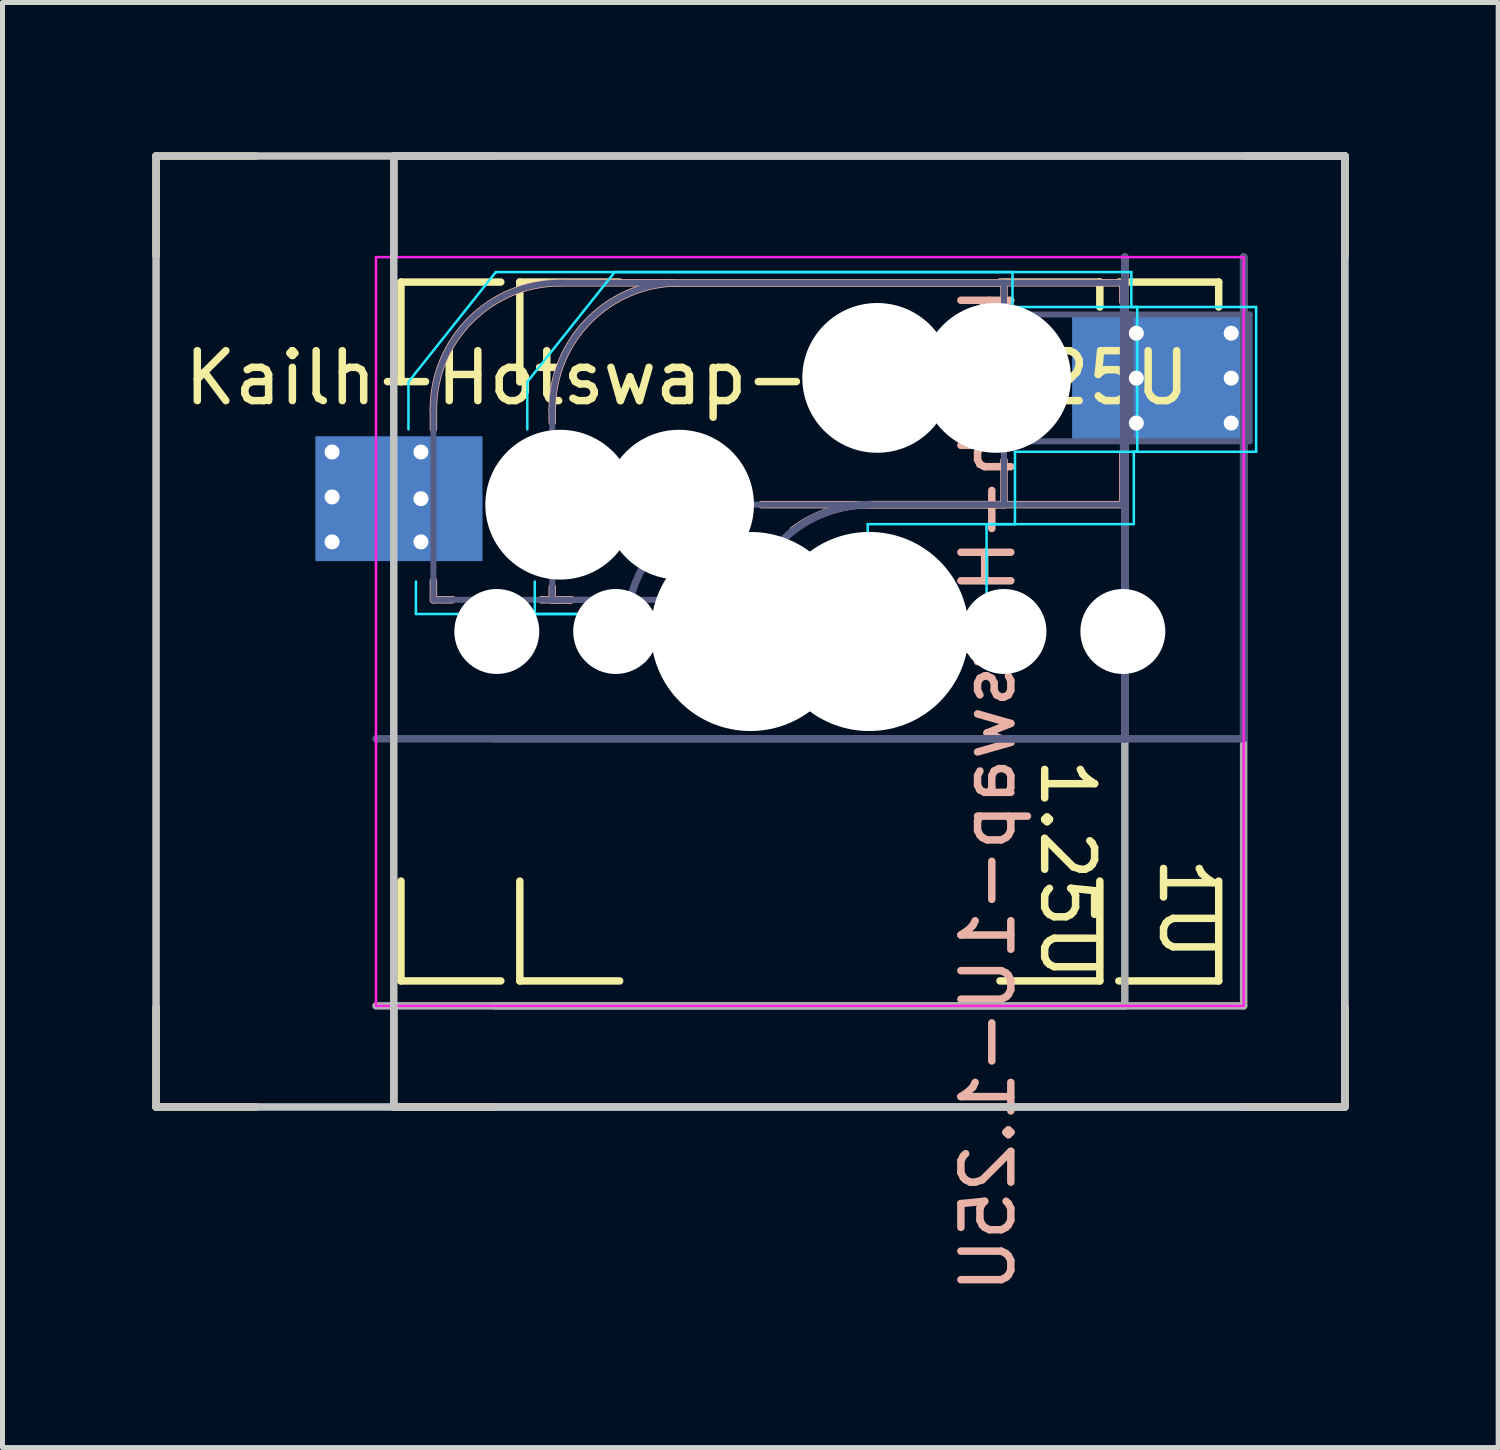
<source format=kicad_pcb>
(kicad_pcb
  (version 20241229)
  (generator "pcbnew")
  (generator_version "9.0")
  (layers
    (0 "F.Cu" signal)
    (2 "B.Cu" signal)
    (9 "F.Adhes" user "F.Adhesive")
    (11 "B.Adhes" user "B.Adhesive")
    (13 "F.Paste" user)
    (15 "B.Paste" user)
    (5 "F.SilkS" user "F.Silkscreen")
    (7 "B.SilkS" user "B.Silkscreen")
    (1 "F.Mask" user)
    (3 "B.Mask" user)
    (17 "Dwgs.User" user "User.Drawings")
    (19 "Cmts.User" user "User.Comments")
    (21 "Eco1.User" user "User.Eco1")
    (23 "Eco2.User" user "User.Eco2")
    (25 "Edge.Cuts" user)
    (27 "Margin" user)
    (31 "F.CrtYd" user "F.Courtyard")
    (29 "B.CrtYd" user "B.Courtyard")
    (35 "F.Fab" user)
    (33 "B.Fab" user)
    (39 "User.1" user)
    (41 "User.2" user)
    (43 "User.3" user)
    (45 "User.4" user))
  (footprint "Kailh-Hotswap-1U-1.25U"
    (layer "F.Cu")
    (at 14.363 9.6)
    (property "Reference" "Kailh-Hotswap-1U-1.25U" (at 2.381 3.175 90) (unlocked yes) (layer "B.SilkS") (effects (font (size 1 1) (thickness 0.15)) (justify mirror)))
    (attr through_hole)
    (fp_line (start -14.287 -9.525) (end -12.287 -9.525) (stroke (width 0.15) (type solid)) (layer "F.SilkS"))
    (fp_line (start -14.287 -7.525) (end -14.287 -9.525) (stroke (width 0.15) (type solid)) (layer "F.SilkS"))
    (fp_line (start -14.287 9.525) (end -14.287 7.525) (stroke (width 0.15) (type solid)) (layer "F.SilkS"))
    (fp_line (start -12.287 9.525) (end -14.287 9.525) (stroke (width 0.15) (type solid)) (layer "F.SilkS"))
    (fp_line (start -9.525 -9.525) (end -7.525 -9.525) (stroke (width 0.15) (type solid)) (layer "F.SilkS"))
    (fp_line (start -9.525 -7.525) (end -9.525 -9.525) (stroke (width 0.15) (type solid)) (layer "F.SilkS"))
    (fp_line (start -9.525 9.525) (end -9.525 7.525) (stroke (width 0.15) (type solid)) (layer "F.SilkS"))
    (fp_line (start -9.381 -7) (end -7.381 -7) (stroke (width 0.15) (type solid)) (layer "F.SilkS"))
    (fp_line (start -9.381 -5) (end -9.381 -7) (stroke (width 0.15) (type solid)) (layer "F.SilkS"))
    (fp_line (start -9.381 7) (end -9.381 5) (stroke (width 0.15) (type solid)) (layer "F.SilkS"))
    (fp_line (start -7.525 9.525) (end -9.525 9.525) (stroke (width 0.15) (type solid)) (layer "F.SilkS"))
    (fp_line (start -7.381 7) (end -9.381 7) (stroke (width 0.15) (type solid)) (layer "F.SilkS"))
    (fp_line (start -7 -7) (end -5 -7) (stroke (width 0.15) (type solid)) (layer "F.SilkS"))
    (fp_line (start -7 -5) (end -7 -7) (stroke (width 0.15) (type solid)) (layer "F.SilkS"))
    (fp_line (start -7 7) (end -7 5) (stroke (width 0.15) (type solid)) (layer "F.SilkS"))
    (fp_line (start -5 7) (end -7 7) (stroke (width 0.15) (type solid)) (layer "F.SilkS"))
    (fp_line (start 2.619 -7) (end 4.619 -7) (stroke (width 0.15) (type solid)) (layer "F.SilkS"))
    (fp_line (start 2.619 7) (end 4.619 7) (stroke (width 0.15) (type solid)) (layer "F.SilkS"))
    (fp_line (start 4.619 -7) (end 4.619 -6.5) (stroke (width 0.15) (type solid)) (layer "F.SilkS"))
    (fp_line (start 4.619 7) (end 4.619 5) (stroke (width 0.15) (type solid)) (layer "F.SilkS"))
    (fp_line (start 5 -7) (end 7 -7) (stroke (width 0.15) (type solid)) (layer "F.SilkS"))
    (fp_line (start 5 7) (end 7 7) (stroke (width 0.15) (type solid)) (layer "F.SilkS"))
    (fp_line (start 7 -7) (end 7 -6.5) (stroke (width 0.15) (type solid)) (layer "F.SilkS"))
    (fp_line (start 7 7) (end 7 5) (stroke (width 0.15) (type solid)) (layer "F.SilkS"))
    (fp_line (start 7.525 -9.525) (end 9.525 -9.525) (stroke (width 0.15) (type solid)) (layer "F.SilkS"))
    (fp_line (start 7.525 -9.525) (end 9.525 -9.525) (stroke (width 0.15) (type solid)) (layer "F.SilkS"))
    (fp_line (start 9.525 -9.525) (end 9.525 -7.525) (stroke (width 0.15) (type solid)) (layer "F.SilkS"))
    (fp_line (start 9.525 -9.525) (end 9.525 -7.525) (stroke (width 0.15) (type solid)) (layer "F.SilkS"))
    (fp_line (start 9.525 7.525) (end 9.525 9.525) (stroke (width 0.15) (type solid)) (layer "F.SilkS"))
    (fp_line (start 9.525 7.525) (end 9.525 9.525) (stroke (width 0.15) (type solid)) (layer "F.SilkS"))
    (fp_line (start 9.525 9.525) (end 7.525 9.525) (stroke (width 0.15) (type solid)) (layer "F.SilkS"))
    (fp_line (start 9.525 9.525) (end 7.525 9.525) (stroke (width 0.15) (type solid)) (layer "F.SilkS"))
    (fp_line (start -8.731 -4.445) (end -8.731 -4.064) (stroke (width 0.15) (type solid)) (layer "B.SilkS"))
    (fp_line (start -8.731 -1.016) (end -8.731 -0.635) (stroke (width 0.15) (type solid)) (layer "B.SilkS"))
    (fp_line (start -8.731 -0.635) (end -8.35 -0.635) (stroke (width 0.15) (type solid)) (layer "B.SilkS"))
    (fp_line (start -6.572 -0.635) (end -5.969 -0.635) (stroke (width 0.15) (type solid)) (layer "B.SilkS"))
    (fp_line (start -6.35 -4.445) (end -6.35 -4.191) (stroke (width 0.15) (type solid)) (layer "B.SilkS"))
    (fp_line (start -6.35 -0.889) (end -6.35 -0.635) (stroke (width 0.15) (type solid)) (layer "B.SilkS"))
    (fp_line (start -6.35 -0.635) (end -5.969 -0.635) (stroke (width 0.15) (type solid)) (layer "B.SilkS"))
    (fp_line (start -4.191 -0.635) (end -2.4 -0.635) (stroke (width 0.15) (type solid)) (layer "B.SilkS"))
    (fp_line (start -2.159 -2.54) (end 2.699 -2.54) (stroke (width 0.15) (type solid)) (layer "B.SilkS"))
    (fp_line (start 0 -2.54) (end 5.08 -2.54) (stroke (width 0.15) (type solid)) (layer "B.SilkS"))
    (fp_line (start 2.699 -6.985) (end -6.191 -6.985) (stroke (width 0.15) (type solid)) (layer "B.SilkS"))
    (fp_line (start 2.699 -6.731) (end 2.699 -6.985) (stroke (width 0.15) (type solid)) (layer "B.SilkS"))
    (fp_line (start 2.699 -2.54) (end 2.699 -3.429) (stroke (width 0.15) (type solid)) (layer "B.SilkS"))
    (fp_line (start 5.08 -6.985) (end -3.81 -6.985) (stroke (width 0.15) (type solid)) (layer "B.SilkS"))
    (fp_line (start 5.08 -6.604) (end 5.08 -6.985) (stroke (width 0.15) (type solid)) (layer "B.SilkS"))
    (fp_line (start 5.08 -2.54) (end 5.08 -3.556) (stroke (width 0.15) (type solid)) (layer "B.SilkS"))
    (fp_arc (start -8.73125 -4.445) (mid -7.987301 -6.241051) (end -6.19125 -6.985) (stroke (width 0.15) (type solid)) (layer "B.SilkS"))
    (fp_arc (start -6.35 -4.445) (mid -5.606051 -6.241051) (end -3.81 -6.985) (stroke (width 0.15) (type solid)) (layer "B.SilkS"))
    (fp_arc (start -1.524 -2.032) (mid -0.802479 -2.40991) (end 0.001565 -2.54) (stroke (width 0.15) (type solid)) (layer "B.SilkS"))
    (fp_line (start -14.287 -9.525) (end 9.525 -9.525) (stroke (width 0.15) (type solid)) (layer "Dwgs.User"))
    (fp_line (start -14.287 9.525) (end -14.287 -9.525) (stroke (width 0.15) (type solid)) (layer "Dwgs.User"))
    (fp_line (start -9.525 -9.525) (end 9.525 -9.525) (stroke (width 0.15) (type solid)) (layer "Dwgs.User"))
    (fp_line (start -9.525 9.525) (end -9.525 -9.525) (stroke (width 0.15) (type solid)) (layer "Dwgs.User"))
    (fp_line (start 9.525 -9.525) (end 9.525 9.525) (stroke (width 0.15) (type solid)) (layer "Dwgs.User"))
    (fp_line (start 9.525 -9.525) (end 9.525 9.525) (stroke (width 0.15) (type solid)) (layer "Dwgs.User"))
    (fp_line (start 9.525 9.525) (end -14.287 9.525) (stroke (width 0.15) (type solid)) (layer "Dwgs.User"))
    (fp_line (start 9.525 9.525) (end -9.525 9.525) (stroke (width 0.15) (type solid)) (layer "Dwgs.User"))
    (fp_line (start -9.231 -4.05) (end -9.231 -5) (stroke (width 0.05) (type solid)) (layer "B.CrtYd"))
    (fp_line (start -9.081 -0.35) (end -9.081 -1) (stroke (width 0.05) (type solid)) (layer "B.CrtYd"))
    (fp_line (start -9.081 -0.35) (end -0.031 -0.35) (stroke (width 0.05) (type solid)) (layer "B.CrtYd"))
    (fp_line (start -7.481 -7.2) (end -9.231 -5) (stroke (width 0.05) (type solid)) (layer "B.CrtYd"))
    (fp_line (start -7.481 -7.2) (end 2.869 -7.2) (stroke (width 0.05) (type solid)) (layer "B.CrtYd"))
    (fp_line (start -6.85 -4.05) (end -6.85 -5) (stroke (width 0.05) (type solid)) (layer "B.CrtYd"))
    (fp_line (start -6.7 -0.35) (end -6.7 -1) (stroke (width 0.05) (type solid)) (layer "B.CrtYd"))
    (fp_line (start -6.7 -0.35) (end 2.35 -0.35) (stroke (width 0.05) (type solid)) (layer "B.CrtYd"))
    (fp_line (start -5.1 -7.2) (end -6.85 -5) (stroke (width 0.05) (type solid)) (layer "B.CrtYd"))
    (fp_line (start -5.1 -7.2) (end 5.25 -7.2) (stroke (width 0.05) (type solid)) (layer "B.CrtYd"))
    (fp_line (start -0.031 -2.15) (end -0.031 -0.35) (stroke (width 0.05) (type solid)) (layer "B.CrtYd"))
    (fp_line (start -0.031 -2.15) (end 2.919 -2.15) (stroke (width 0.05) (type solid)) (layer "B.CrtYd"))
    (fp_line (start 2.35 -2.15) (end 2.35 -0.35) (stroke (width 0.05) (type solid)) (layer "B.CrtYd"))
    (fp_line (start 2.35 -2.15) (end 5.3 -2.15) (stroke (width 0.05) (type solid)) (layer "B.CrtYd"))
    (fp_line (start 2.869 -7.2) (end 2.869 -6.5) (stroke (width 0.05) (type solid)) (layer "B.CrtYd"))
    (fp_line (start 2.919 -2.15) (end 2.919 -3.6) (stroke (width 0.05) (type solid)) (layer "B.CrtYd"))
    (fp_line (start 5.25 -7.2) (end 5.25 -6.5) (stroke (width 0.05) (type solid)) (layer "B.CrtYd"))
    (fp_line (start 5.3 -2.15) (end 5.3 -3.6) (stroke (width 0.05) (type solid)) (layer "B.CrtYd"))
    (fp_line (start 5.369 -6.5) (end 2.869 -6.5) (stroke (width 0.05) (type solid)) (layer "B.CrtYd"))
    (fp_line (start 5.369 -6.5) (end 5.369 -3.6) (stroke (width 0.05) (type solid)) (layer "B.CrtYd"))
    (fp_line (start 5.369 -3.6) (end 2.919 -3.6) (stroke (width 0.05) (type solid)) (layer "B.CrtYd"))
    (fp_line (start 7.75 -6.5) (end 5.25 -6.5) (stroke (width 0.05) (type solid)) (layer "B.CrtYd"))
    (fp_line (start 7.75 -6.5) (end 7.75 -3.6) (stroke (width 0.05) (type solid)) (layer "B.CrtYd"))
    (fp_line (start 7.75 -3.6) (end 5.3 -3.6) (stroke (width 0.05) (type solid)) (layer "B.CrtYd"))
    (fp_line (start -9.881 -7.5) (end 7.5 -7.5) (stroke (width 0.05) (type solid)) (layer "F.CrtYd"))
    (fp_line (start -9.881 7.5) (end -9.881 -7.5) (stroke (width 0.05) (type solid)) (layer "F.CrtYd"))
    (fp_line (start -9.881 7.5) (end 7.5 7.5) (stroke (width 0.05) (type solid)) (layer "F.CrtYd"))
    (fp_line (start 7.5 -7.5) (end 7.5 7.5) (stroke (width 0.05) (type solid)) (layer "F.CrtYd"))
    (fp_line (start -9.881 2.15) (end 5.119 2.15) (stroke (width 0.15) (type solid)) (layer "B.Fab"))
    (fp_line (start -8.731 -0.635) (end -8.731 -4.445) (stroke (width 0.12) (type solid)) (layer "B.Fab"))
    (fp_line (start -7.5 2.15) (end 7.5 2.15) (stroke (width 0.15) (type solid)) (layer "B.Fab"))
    (fp_line (start -6.35 -0.635) (end -6.35 -4.445) (stroke (width 0.12) (type solid)) (layer "B.Fab"))
    (fp_line (start -6.191 -6.985) (end 2.699 -6.985) (stroke (width 0.12) (type solid)) (layer "B.Fab"))
    (fp_line (start -4.921 -0.635) (end -8.731 -0.635) (stroke (width 0.12) (type solid)) (layer "B.Fab"))
    (fp_line (start -3.81 -6.985) (end 5.08 -6.985) (stroke (width 0.12) (type solid)) (layer "B.Fab"))
    (fp_line (start -2.54 -0.635) (end -6.35 -0.635) (stroke (width 0.12) (type solid)) (layer "B.Fab"))
    (fp_line (start 2.699 -6.985) (end 2.699 -2.54) (stroke (width 0.12) (type solid)) (layer "B.Fab"))
    (fp_line (start 2.699 -6.35) (end 5.239 -6.35) (stroke (width 0.12) (type solid)) (layer "B.Fab"))
    (fp_line (start 2.699 -2.54) (end -2.381 -2.54) (stroke (width 0.12) (type solid)) (layer "B.Fab"))
    (fp_line (start 5.08 -6.985) (end 5.08 -2.54) (stroke (width 0.12) (type solid)) (layer "B.Fab"))
    (fp_line (start 5.08 -6.35) (end 7.62 -6.35) (stroke (width 0.12) (type solid)) (layer "B.Fab"))
    (fp_line (start 5.08 -2.54) (end 0 -2.54) (stroke (width 0.12) (type solid)) (layer "B.Fab"))
    (fp_line (start 5.119 2.15) (end 5.119 -7.5) (stroke (width 0.15) (type solid)) (layer "B.Fab"))
    (fp_line (start 5.239 -6.35) (end 5.239 -3.81) (stroke (width 0.12) (type solid)) (layer "B.Fab"))
    (fp_line (start 5.239 -3.81) (end 2.699 -3.81) (stroke (width 0.12) (type solid)) (layer "B.Fab"))
    (fp_line (start 7.5 2.15) (end 7.5 -7.5) (stroke (width 0.15) (type solid)) (layer "B.Fab"))
    (fp_line (start 7.62 -6.35) (end 7.62 -3.81) (stroke (width 0.12) (type solid)) (layer "B.Fab"))
    (fp_line (start 7.62 -3.81) (end 5.08 -3.81) (stroke (width 0.12) (type solid)) (layer "B.Fab"))
    (fp_arc (start -8.73125 -4.445) (mid -7.987301 -6.241051) (end -6.19125 -6.985) (stroke (width 0.12) (type solid)) (layer "B.Fab"))
    (fp_arc (start -6.35 -4.445) (mid -5.606051 -6.241051) (end -3.81 -6.985) (stroke (width 0.12) (type solid)) (layer "B.Fab"))
    (fp_arc (start -4.782813 -0.666137) (mid -3.904644 -2.016533) (end -2.38125 -2.54) (stroke (width 0.15) (type solid)) (layer "B.Fab"))
    (fp_arc (start -2.401563 -0.666137) (mid -1.523394 -2.016532) (end 0 -2.54) (stroke (width 0.15) (type solid)) (layer "B.Fab"))
    (fp_line (start -9.881 7.5) (end 5.119 7.5) (stroke (width 0.15) (type solid)) (layer "F.Fab"))
    (fp_line (start -7.5 7.5) (end 7.5 7.5) (stroke (width 0.15) (type solid)) (layer "F.Fab"))
    (fp_line (start 5.119 7.5) (end 5.119 -7.5) (stroke (width 0.15) (type solid)) (layer "F.Fab"))
    (fp_line (start 7.5 7.5) (end 7.5 -7.5) (stroke (width 0.15) (type solid)) (layer "F.Fab"))
    (fp_text user "${REFERENCE}" (at -3.651 -5.08 180) (layer "F.SilkS") (effects (font (size 1 1) (thickness 0.15))))
    (fp_text user "1U" (at 6.35 5.556 270) (unlocked yes) (layer "F.SilkS") (effects (font (size 1 1) (thickness 0.15))))
    (fp_text user "1.25U" (at 3.969 4.763 270) (unlocked yes) (layer "F.SilkS") (effects (font (size 1 1) (thickness 0.15))))
    (pad "" np_thru_hole circle (at -7.461 0 180) (size 1.702 1.702) (drill 1.702) (layers "*.Cu" "*.Mask"))
    (pad "" np_thru_hole circle (at -6.191 -2.54 180) (size 3 3) (drill 3) (layers "*.Cu" "*.Mask"))
    (pad "" np_thru_hole circle (at -5.08 0 180) (size 1.702 1.702) (drill 1.702) (layers "*.Cu" "*.Mask"))
    (pad "" np_thru_hole circle (at -3.81 -2.54 180) (size 3 3) (drill 3) (layers "*.Cu" "*.Mask"))
    (pad "" np_thru_hole circle (at -2.381 0 90) (size 3.988 3.988) (drill 3.988) (layers "*.Cu" "*.Mask"))
    (pad "" np_thru_hole circle (at 0 0 90) (size 3.988 3.988) (drill 3.988) (layers "*.Cu" "*.Mask"))
    (pad "" np_thru_hole circle (at 0.159 -5.08 180) (size 3 3) (drill 3) (layers "*.Cu" "*.Mask"))
    (pad "" np_thru_hole circle (at 2.54 -5.08 180) (size 3 3) (drill 3) (layers "*.Cu" "*.Mask"))
    (pad "" np_thru_hole circle (at 2.699 0 180) (size 1.702 1.702) (drill 1.702) (layers "*.Cu" "*.Mask"))
    (pad "" np_thru_hole circle (at 5.08 0 180) (size 1.702 1.702) (drill 1.702) (layers "*.Cu" "*.Mask"))
    (pad "1" thru_hole circle (at 5.35 -5.975 180) (size 0.6 0.6) (drill 0.3) (layers "*.Cu" "B.Mask"))
    (pad "1" thru_hole circle (at 5.35 -5.075 180) (size 0.6 0.6) (drill 0.3) (layers "*.Cu" "B.Mask"))
    (pad "1" thru_hole circle (at 5.35 -4.175 180) (size 0.6 0.6) (drill 0.3) (layers "*.Cu" "B.Mask"))
    (pad "1" smd rect (at 5.814 -5.08 180) (size 3.501 2.5) (layers "B.Cu" "B.Mask" "B.Paste"))
    (pad "1" thru_hole circle (at 7.25 -5.975 180) (size 0.6 0.6) (drill 0.3) (layers "*.Cu" "B.Mask"))
    (pad "1" thru_hole circle (at 7.25 -5.075 180) (size 0.6 0.6) (drill 0.3) (layers "*.Cu" "B.Mask"))
    (pad "1" thru_hole circle (at 7.25 -4.175 180) (size 0.6 0.6) (drill 0.3) (layers "*.Cu" "B.Mask"))
    (pad "2" thru_hole circle (at -10.761 -3.595 180) (size 0.6 0.6) (drill 0.3) (layers "*.Cu" "B.Mask"))
    (pad "2" thru_hole circle (at -10.761 -2.695 180) (size 0.6 0.6) (drill 0.3) (layers "*.Cu" "B.Mask"))
    (pad "2" thru_hole circle (at -10.761 -1.795 180) (size 0.6 0.6) (drill 0.3) (layers "*.Cu" "B.Mask"))
    (pad "2" smd rect (at -9.422 -2.66 180) (size 3.349 2.5) (layers "B.Cu" "B.Mask" "B.Paste"))
    (pad "2" thru_hole circle (at -8.981 -3.595 180) (size 0.6 0.6) (drill 0.3) (layers "*.Cu" "B.Mask"))
    (pad "2" thru_hole circle (at -8.981 -2.66 180) (size 0.6 0.6) (drill 0.3) (layers "*.Cu" "B.Mask"))
    (pad "2" thru_hole circle (at -8.981 -1.795 180) (size 0.6 0.6) (drill 0.3) (layers "*.Cu" "B.Mask")))
  (gr_rect
    (start -3 -3)
    (end 26.962 25.948)
    (stroke (width 0.1) (type default))
    (fill no)
    (layer "Edge.Cuts")))
</source>
